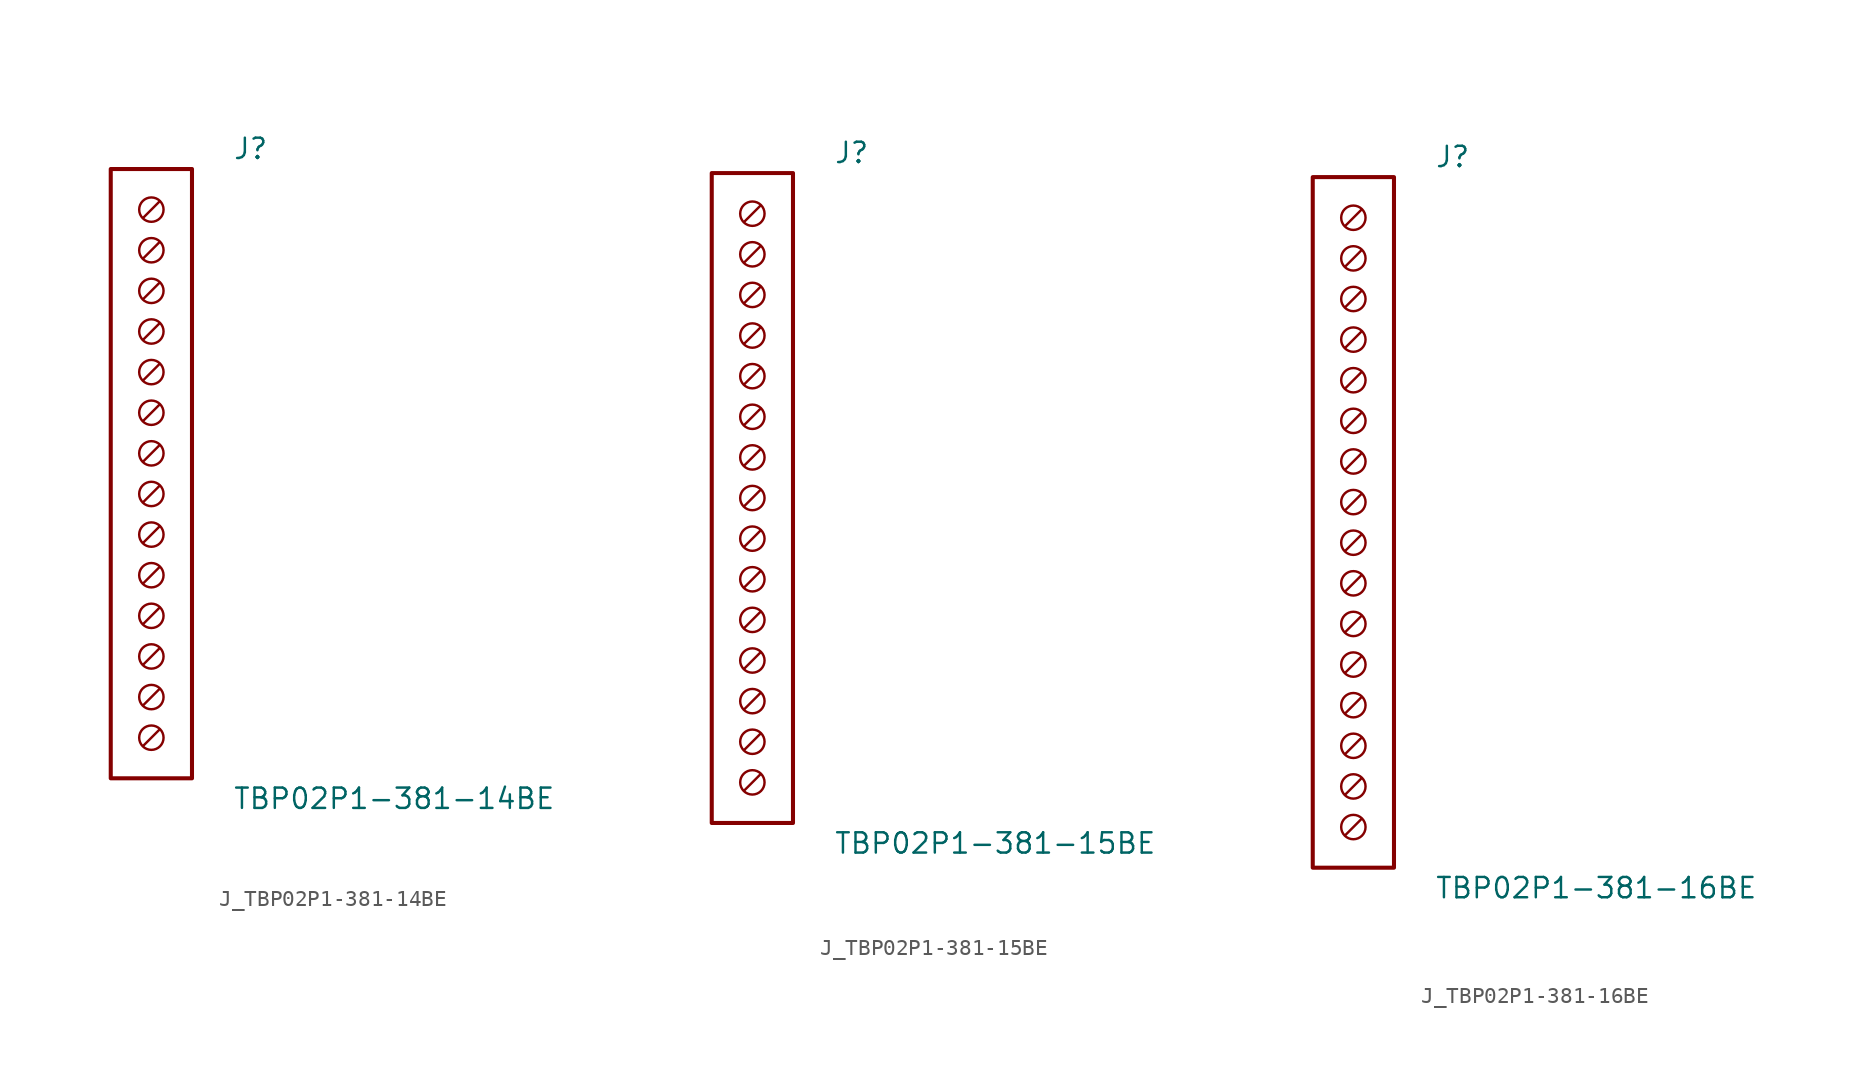
<source format=kicad_sym>
(kicad_symbol_lib
  (version 20231120)
  (generator kicad_symbol_editor)
  (generator_version 8.0)
  (symbol "J_TBP02P1-381-14BE"
    (pin_names
      (offset 0.254))
    (property "Reference" "J"
      (at 5.08 20.32 0)
      (effects (font (size 1.27 1.27)) (justify left)))
    (property "Value" "TBP02P1-381-14BE"
      (at 5.08 -20.32 0)
      (effects (font (size 1.27 1.27)) (justify left)))
    (symbol "J_TBP02P1-381-14BE_0_0"
      (circle (center 0 16.51) (radius 0.762) (stroke (width 0) (type default)) (fill (type none)))
      (polyline (pts (xy 0.508 17.018) (xy -0.508 16.002)) (stroke (width 0) (type default)) (fill (type none)))
      (circle (center 0 13.97) (radius 0.762) (stroke (width 0) (type default)) (fill (type none)))
      (polyline (pts (xy 0.508 14.478) (xy -0.508 13.462)) (stroke (width 0) (type default)) (fill (type none)))
      (circle (center 0 11.43) (radius 0.762) (stroke (width 0) (type default)) (fill (type none)))
      (polyline (pts (xy 0.508 11.938) (xy -0.508 10.922)) (stroke (width 0) (type default)) (fill (type none)))
      (circle (center 0 8.89) (radius 0.762) (stroke (width 0) (type default)) (fill (type none)))
      (polyline (pts (xy 0.508 9.398) (xy -0.508 8.382)) (stroke (width 0) (type default)) (fill (type none)))
      (circle (center 0 6.35) (radius 0.762) (stroke (width 0) (type default)) (fill (type none)))
      (polyline (pts (xy 0.508 6.858) (xy -0.508 5.842)) (stroke (width 0) (type default)) (fill (type none)))
      (circle (center 0 3.81) (radius 0.762) (stroke (width 0) (type default)) (fill (type none)))
      (polyline (pts (xy 0.508 4.318) (xy -0.508 3.302)) (stroke (width 0) (type default)) (fill (type none)))
      (circle (center 0 1.27) (radius 0.762) (stroke (width 0) (type default)) (fill (type none)))
      (polyline (pts (xy 0.508 1.778) (xy -0.508 0.762)) (stroke (width 0) (type default)) (fill (type none)))
      (circle (center 0 -1.27) (radius 0.762) (stroke (width 0) (type default)) (fill (type none)))
      (polyline (pts (xy 0.508 -0.762) (xy -0.508 -1.778)) (stroke (width 0) (type default)) (fill (type none)))
      (circle (center 0 -3.81) (radius 0.762) (stroke (width 0) (type default)) (fill (type none)))
      (polyline (pts (xy 0.508 -3.302) (xy -0.508 -4.318)) (stroke (width 0) (type default)) (fill (type none)))
      (circle (center 0 -6.35) (radius 0.762) (stroke (width 0) (type default)) (fill (type none)))
      (polyline (pts (xy 0.508 -5.842) (xy -0.508 -6.858)) (stroke (width 0) (type default)) (fill (type none)))
      (circle (center 0 -8.89) (radius 0.762) (stroke (width 0) (type default)) (fill (type none)))
      (polyline (pts (xy 0.508 -8.382) (xy -0.508 -9.398)) (stroke (width 0) (type default)) (fill (type none)))
      (circle (center 0 -11.43) (radius 0.762) (stroke (width 0) (type default)) (fill (type none)))
      (polyline (pts (xy 0.508 -10.922) (xy -0.508 -11.938)) (stroke (width 0) (type default)) (fill (type none)))
      (circle (center 0 -13.97) (radius 0.762) (stroke (width 0) (type default)) (fill (type none)))
      (polyline (pts (xy 0.508 -13.462) (xy -0.508 -14.478)) (stroke (width 0) (type default)) (fill (type none)))
      (circle (center 0 -16.51) (radius 0.762) (stroke (width 0) (type default)) (fill (type none)))
      (polyline (pts (xy 0.508 -16.002) (xy -0.508 -17.018)) (stroke (width 0) (type default)) (fill (type none))))
    (symbol "J_TBP02P1-381-14BE_1_0"
      (rectangle (start -2.54 19.05) (end 2.54 -19.05) (stroke (width 0.254) (type solid)) (fill (type none)))))
  (symbol "J_TBP02P1-381-15BE"
    (pin_names
      (offset 0.254))
    (property "Reference" "J"
      (at 5.08 21.59 0)
      (effects (font (size 1.27 1.27)) (justify left)))
    (property "Value" "TBP02P1-381-15BE"
      (at 5.08 -21.59 0)
      (effects (font (size 1.27 1.27)) (justify left)))
    (symbol "J_TBP02P1-381-15BE_0_0"
      (circle (center 0 17.78) (radius 0.762) (stroke (width 0) (type default)) (fill (type none)))
      (polyline (pts (xy 0.508 18.288) (xy -0.508 17.272)) (stroke (width 0) (type default)) (fill (type none)))
      (circle (center 0 15.24) (radius 0.762) (stroke (width 0) (type default)) (fill (type none)))
      (polyline (pts (xy 0.508 15.748) (xy -0.508 14.732)) (stroke (width 0) (type default)) (fill (type none)))
      (circle (center 0 12.7) (radius 0.762) (stroke (width 0) (type default)) (fill (type none)))
      (polyline (pts (xy 0.508 13.208) (xy -0.508 12.192)) (stroke (width 0) (type default)) (fill (type none)))
      (circle (center 0 10.16) (radius 0.762) (stroke (width 0) (type default)) (fill (type none)))
      (polyline (pts (xy 0.508 10.668) (xy -0.508 9.652)) (stroke (width 0) (type default)) (fill (type none)))
      (circle (center 0 7.62) (radius 0.762) (stroke (width 0) (type default)) (fill (type none)))
      (polyline (pts (xy 0.508 8.128) (xy -0.508 7.112)) (stroke (width 0) (type default)) (fill (type none)))
      (circle (center 0 5.08) (radius 0.762) (stroke (width 0) (type default)) (fill (type none)))
      (polyline (pts (xy 0.508 5.588) (xy -0.508 4.572)) (stroke (width 0) (type default)) (fill (type none)))
      (circle (center 0 2.54) (radius 0.762) (stroke (width 0) (type default)) (fill (type none)))
      (polyline (pts (xy 0.508 3.048) (xy -0.508 2.032)) (stroke (width 0) (type default)) (fill (type none)))
      (circle (center 0 0.0) (radius 0.762) (stroke (width 0) (type default)) (fill (type none)))
      (polyline (pts (xy 0.508 0.508) (xy -0.508 -0.508)) (stroke (width 0) (type default)) (fill (type none)))
      (circle (center 0 -2.54) (radius 0.762) (stroke (width 0) (type default)) (fill (type none)))
      (polyline (pts (xy 0.508 -2.032) (xy -0.508 -3.048)) (stroke (width 0) (type default)) (fill (type none)))
      (circle (center 0 -5.08) (radius 0.762) (stroke (width 0) (type default)) (fill (type none)))
      (polyline (pts (xy 0.508 -4.572) (xy -0.508 -5.588)) (stroke (width 0) (type default)) (fill (type none)))
      (circle (center 0 -7.62) (radius 0.762) (stroke (width 0) (type default)) (fill (type none)))
      (polyline (pts (xy 0.508 -7.112) (xy -0.508 -8.128)) (stroke (width 0) (type default)) (fill (type none)))
      (circle (center 0 -10.16) (radius 0.762) (stroke (width 0) (type default)) (fill (type none)))
      (polyline (pts (xy 0.508 -9.652) (xy -0.508 -10.668)) (stroke (width 0) (type default)) (fill (type none)))
      (circle (center 0 -12.7) (radius 0.762) (stroke (width 0) (type default)) (fill (type none)))
      (polyline (pts (xy 0.508 -12.192) (xy -0.508 -13.208)) (stroke (width 0) (type default)) (fill (type none)))
      (circle (center 0 -15.24) (radius 0.762) (stroke (width 0) (type default)) (fill (type none)))
      (polyline (pts (xy 0.508 -14.732) (xy -0.508 -15.748)) (stroke (width 0) (type default)) (fill (type none)))
      (circle (center 0 -17.78) (radius 0.762) (stroke (width 0) (type default)) (fill (type none)))
      (polyline (pts (xy 0.508 -17.272) (xy -0.508 -18.288)) (stroke (width 0) (type default)) (fill (type none))))
    (symbol "J_TBP02P1-381-15BE_1_0"
      (rectangle (start -2.54 20.32) (end 2.54 -20.32) (stroke (width 0.254) (type solid)) (fill (type none)))))
  (symbol "J_TBP02P1-381-16BE"
    (pin_names
      (offset 0.254))
    (property "Reference" "J"
      (at 5.08 22.86 0)
      (effects (font (size 1.27 1.27)) (justify left)))
    (property "Value" "TBP02P1-381-16BE"
      (at 5.08 -22.86 0)
      (effects (font (size 1.27 1.27)) (justify left)))
    (symbol "J_TBP02P1-381-16BE_0_0"
      (circle (center 0 19.05) (radius 0.762) (stroke (width 0) (type default)) (fill (type none)))
      (polyline (pts (xy 0.508 19.558) (xy -0.508 18.542)) (stroke (width 0) (type default)) (fill (type none)))
      (circle (center 0 16.51) (radius 0.762) (stroke (width 0) (type default)) (fill (type none)))
      (polyline (pts (xy 0.508 17.018) (xy -0.508 16.002)) (stroke (width 0) (type default)) (fill (type none)))
      (circle (center 0 13.97) (radius 0.762) (stroke (width 0) (type default)) (fill (type none)))
      (polyline (pts (xy 0.508 14.478) (xy -0.508 13.462)) (stroke (width 0) (type default)) (fill (type none)))
      (circle (center 0 11.43) (radius 0.762) (stroke (width 0) (type default)) (fill (type none)))
      (polyline (pts (xy 0.508 11.938) (xy -0.508 10.922)) (stroke (width 0) (type default)) (fill (type none)))
      (circle (center 0 8.89) (radius 0.762) (stroke (width 0) (type default)) (fill (type none)))
      (polyline (pts (xy 0.508 9.398) (xy -0.508 8.382)) (stroke (width 0) (type default)) (fill (type none)))
      (circle (center 0 6.35) (radius 0.762) (stroke (width 0) (type default)) (fill (type none)))
      (polyline (pts (xy 0.508 6.858) (xy -0.508 5.842)) (stroke (width 0) (type default)) (fill (type none)))
      (circle (center 0 3.81) (radius 0.762) (stroke (width 0) (type default)) (fill (type none)))
      (polyline (pts (xy 0.508 4.318) (xy -0.508 3.302)) (stroke (width 0) (type default)) (fill (type none)))
      (circle (center 0 1.27) (radius 0.762) (stroke (width 0) (type default)) (fill (type none)))
      (polyline (pts (xy 0.508 1.778) (xy -0.508 0.762)) (stroke (width 0) (type default)) (fill (type none)))
      (circle (center 0 -1.27) (radius 0.762) (stroke (width 0) (type default)) (fill (type none)))
      (polyline (pts (xy 0.508 -0.762) (xy -0.508 -1.778)) (stroke (width 0) (type default)) (fill (type none)))
      (circle (center 0 -3.81) (radius 0.762) (stroke (width 0) (type default)) (fill (type none)))
      (polyline (pts (xy 0.508 -3.302) (xy -0.508 -4.318)) (stroke (width 0) (type default)) (fill (type none)))
      (circle (center 0 -6.35) (radius 0.762) (stroke (width 0) (type default)) (fill (type none)))
      (polyline (pts (xy 0.508 -5.842) (xy -0.508 -6.858)) (stroke (width 0) (type default)) (fill (type none)))
      (circle (center 0 -8.89) (radius 0.762) (stroke (width 0) (type default)) (fill (type none)))
      (polyline (pts (xy 0.508 -8.382) (xy -0.508 -9.398)) (stroke (width 0) (type default)) (fill (type none)))
      (circle (center 0 -11.43) (radius 0.762) (stroke (width 0) (type default)) (fill (type none)))
      (polyline (pts (xy 0.508 -10.922) (xy -0.508 -11.938)) (stroke (width 0) (type default)) (fill (type none)))
      (circle (center 0 -13.97) (radius 0.762) (stroke (width 0) (type default)) (fill (type none)))
      (polyline (pts (xy 0.508 -13.462) (xy -0.508 -14.478)) (stroke (width 0) (type default)) (fill (type none)))
      (circle (center 0 -16.51) (radius 0.762) (stroke (width 0) (type default)) (fill (type none)))
      (polyline (pts (xy 0.508 -16.002) (xy -0.508 -17.018)) (stroke (width 0) (type default)) (fill (type none)))
      (circle (center 0 -19.05) (radius 0.762) (stroke (width 0) (type default)) (fill (type none)))
      (polyline (pts (xy 0.508 -18.542) (xy -0.508 -19.558)) (stroke (width 0) (type default)) (fill (type none))))
    (symbol "J_TBP02P1-381-16BE_1_0"
      (rectangle (start -2.54 21.59) (end 2.54 -21.59) (stroke (width 0.254) (type solid)) (fill (type none))))))
</source>
